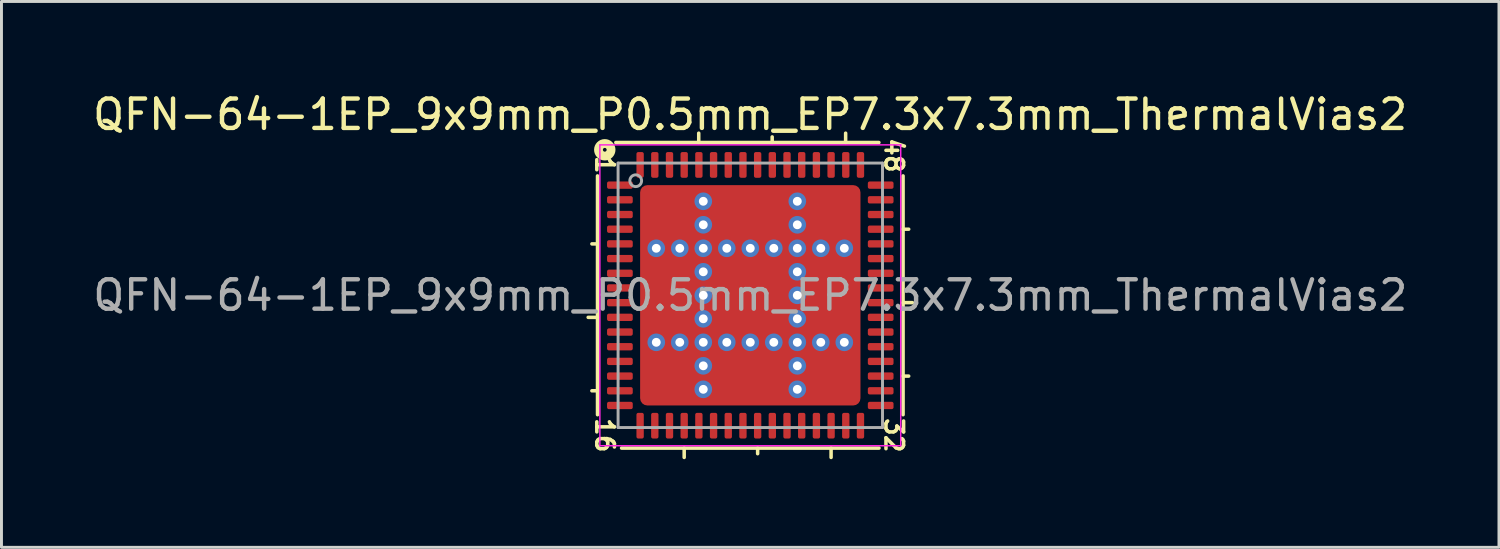
<source format=kicad_pcb>
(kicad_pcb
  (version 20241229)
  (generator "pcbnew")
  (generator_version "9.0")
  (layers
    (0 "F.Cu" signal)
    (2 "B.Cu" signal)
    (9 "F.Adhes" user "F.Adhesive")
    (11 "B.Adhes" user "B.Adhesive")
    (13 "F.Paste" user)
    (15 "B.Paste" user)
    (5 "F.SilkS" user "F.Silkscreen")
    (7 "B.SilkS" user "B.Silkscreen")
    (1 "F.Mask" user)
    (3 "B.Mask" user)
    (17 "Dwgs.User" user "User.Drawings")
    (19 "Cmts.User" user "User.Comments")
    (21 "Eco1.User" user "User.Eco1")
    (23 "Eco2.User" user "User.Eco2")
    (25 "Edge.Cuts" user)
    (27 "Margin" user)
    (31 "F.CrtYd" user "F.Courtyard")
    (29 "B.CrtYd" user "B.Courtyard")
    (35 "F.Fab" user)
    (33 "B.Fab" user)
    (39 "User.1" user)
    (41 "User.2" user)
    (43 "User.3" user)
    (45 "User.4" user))
  (footprint "QFN-64-1EP_9x9mm_P0.5mm_EP7.3x7.3mm_ThermalVias2"
    (layer "F.Cu")
    (at 22.487 7.001)
    (property "Reference" "QFN-64-1EP_9x9mm_P0.5mm_EP7.3x7.3mm_ThermalVias2" (at -0.005 -6.152 0) (layer "F.SilkS") (effects (font (size 1 1) (thickness 0.15))))
    (attr smd)
    (fp_line (start -5.2 -4.064) (end -5.2 4.064) (stroke (width 0.12) (type solid)) (layer "F.SilkS"))
    (fp_line (start -5.2 -1.75) (end -5.391 -1.75) (stroke (width 0.12) (type solid)) (layer "F.SilkS"))
    (fp_line (start -5.2 0.75) (end -5.518 0.75) (stroke (width 0.12) (type solid)) (layer "F.SilkS"))
    (fp_line (start -5.2 3.25) (end -5.391 3.25) (stroke (width 0.12) (type solid)) (layer "F.SilkS"))
    (fp_line (start -4.381 5.2) (end 4.381 5.2) (stroke (width 0.12) (type solid)) (layer "F.SilkS"))
    (fp_line (start -2.25 5.2) (end -2.25 5.518) (stroke (width 0.12) (type solid)) (layer "F.SilkS"))
    (fp_line (start -1.755 -5.2) (end -1.755 -5.518) (stroke (width 0.12) (type solid)) (layer "F.SilkS"))
    (fp_line (start 0.25 5.2) (end 0.25 5.391) (stroke (width 0.12) (type solid)) (layer "F.SilkS"))
    (fp_line (start 0.745 -5.2) (end 0.745 -5.391) (stroke (width 0.12) (type solid)) (layer "F.SilkS"))
    (fp_line (start 2.75 5.2) (end 2.75 5.518) (stroke (width 0.12) (type solid)) (layer "F.SilkS"))
    (fp_line (start 3.245 -5.2) (end 3.245 -5.518) (stroke (width 0.12) (type solid)) (layer "F.SilkS"))
    (fp_line (start 4.377 -5.2) (end -4.577 -5.2) (stroke (width 0.12) (type solid)) (layer "F.SilkS"))
    (fp_line (start 5.2 -2.25) (end 5.391 -2.25) (stroke (width 0.12) (type solid)) (layer "F.SilkS"))
    (fp_line (start 5.2 0.25) (end 5.518 0.25) (stroke (width 0.12) (type solid)) (layer "F.SilkS"))
    (fp_line (start 5.2 2.75) (end 5.391 2.75) (stroke (width 0.12) (type solid)) (layer "F.SilkS"))
    (fp_line (start 5.2 4.064) (end 5.2 -4.064) (stroke (width 0.12) (type solid)) (layer "F.SilkS"))
    (fp_circle (center -4.953 -4.953) (end -4.889 -4.953) (stroke (width 0.3) (type solid)) (fill no) (layer "F.SilkS"))
    (fp_line (start -5.12 -5.12) (end -5.12 5.12) (stroke (width 0.05) (type solid)) (layer "F.CrtYd"))
    (fp_line (start -5.12 5.12) (end 5.12 5.12) (stroke (width 0.05) (type solid)) (layer "F.CrtYd"))
    (fp_line (start 5.12 -5.12) (end -5.12 -5.12) (stroke (width 0.05) (type solid)) (layer "F.CrtYd"))
    (fp_line (start 5.12 5.12) (end 5.12 -5.12) (stroke (width 0.05) (type solid)) (layer "F.CrtYd"))
    (fp_line (start -4.5 -4.5) (end 4.5 -4.5) (stroke (width 0.1) (type solid)) (layer "F.Fab"))
    (fp_line (start -4.5 4.5) (end -4.5 -4.5) (stroke (width 0.1) (type solid)) (layer "F.Fab"))
    (fp_line (start 4.5 -4.5) (end 4.5 4.5) (stroke (width 0.1) (type solid)) (layer "F.Fab"))
    (fp_line (start 4.5 4.5) (end -4.5 4.5) (stroke (width 0.1) (type solid)) (layer "F.Fab"))
    (fp_circle (center -3.9 -3.9) (end -3.7 -3.9) (stroke (width 0.1) (type solid)) (fill no) (layer "F.Fab"))
    (fp_text user "32" (at 4.889 4.763 270) (unlocked yes) (layer "F.SilkS") (effects (font (size 0.6 0.6) (thickness 0.12))))
    (fp_text user "1" (at -4.953 -4.445 270) (unlocked yes) (layer "F.SilkS") (effects (font (size 0.6 0.6) (thickness 0.12))))
    (fp_text user "48" (at 4.889 -4.763 270) (unlocked yes) (layer "F.SilkS") (effects (font (size 0.6 0.6) (thickness 0.12))))
    (fp_text user "16" (at -4.953 4.763 270) (unlocked yes) (layer "F.SilkS") (effects (font (size 0.6 0.6) (thickness 0.12))))
    (fp_text user "${REFERENCE}" (at 0 0 0) (layer "F.Fab") (effects (font (size 1 1) (thickness 0.15))))
    (pad "" smd roundrect (at -3.188 -3.188) (size 0.625 0.625) (layers "F.Paste") (roundrect_rratio 0.25))
    (pad "" smd roundrect (at -3.188 -2.362) (size 0.625 0.625) (layers "F.Paste") (roundrect_rratio 0.25))
    (pad "" smd roundrect (at -3.188 -0.838) (size 0.625 0.625) (layers "F.Paste") (roundrect_rratio 0.25))
    (pad "" smd roundrect (at -3.188 0) (size 0.625 0.65) (layers "F.Paste") (roundrect_rratio 0.25))
    (pad "" smd roundrect (at -3.188 0.838) (size 0.625 0.625) (layers "F.Paste") (roundrect_rratio 0.25))
    (pad "" smd roundrect (at -3.188 2.362) (size 0.625 0.625) (layers "F.Paste") (roundrect_rratio 0.25))
    (pad "" smd roundrect (at -3.188 3.188) (size 0.625 0.625) (layers "F.Paste") (roundrect_rratio 0.25))
    (pad "" smd roundrect (at -2.775 -2.775 270) (size 1.75 1.75) (layers "F.Mask") (roundrect_rratio 0.143))
    (pad "" smd roundrect (at -2.775 0 270) (size 2.6 1.75) (layers "F.Mask") (roundrect_rratio 0.143))
    (pad "" smd roundrect (at -2.775 2.775 270) (size 1.75 1.75) (layers "F.Mask") (roundrect_rratio 0.143))
    (pad "" smd roundrect (at -2.362 -3.188) (size 0.625 0.625) (layers "F.Paste") (roundrect_rratio 0.25))
    (pad "" smd roundrect (at -2.362 -2.362) (size 0.625 0.625) (layers "F.Paste") (roundrect_rratio 0.25))
    (pad "" smd roundrect (at -2.362 -0.838) (size 0.625 0.625) (layers "F.Paste") (roundrect_rratio 0.25))
    (pad "" smd roundrect (at -2.362 0) (size 0.625 0.65) (layers "F.Paste") (roundrect_rratio 0.25))
    (pad "" smd roundrect (at -2.362 0.838) (size 0.625 0.625) (layers "F.Paste") (roundrect_rratio 0.25))
    (pad "" smd roundrect (at -2.362 2.362) (size 0.625 0.625) (layers "F.Paste") (roundrect_rratio 0.25))
    (pad "" smd roundrect (at -2.362 3.188) (size 0.625 0.625) (layers "F.Paste") (roundrect_rratio 0.25))
    (pad "" smd roundrect (at -0.838 -3.188 90) (size 0.625 0.625) (layers "F.Paste") (roundrect_rratio 0.25))
    (pad "" smd roundrect (at -0.838 -2.362 90) (size 0.625 0.625) (layers "F.Paste") (roundrect_rratio 0.25))
    (pad "" smd roundrect (at -0.838 -0.838 90) (size 0.625 0.625) (layers "F.Paste") (roundrect_rratio 0.25))
    (pad "" smd roundrect (at -0.838 0 90) (size 0.65 0.625) (layers "F.Paste") (roundrect_rratio 0.25))
    (pad "" smd roundrect (at -0.838 0.838 90) (size 0.625 0.625) (layers "F.Paste") (roundrect_rratio 0.25))
    (pad "" smd roundrect (at -0.838 2.362 90) (size 0.625 0.625) (layers "F.Paste") (roundrect_rratio 0.25))
    (pad "" smd roundrect (at -0.838 3.188 90) (size 0.625 0.625) (layers "F.Paste") (roundrect_rratio 0.25))
    (pad "" smd roundrect (at 0 -3.188 90) (size 0.625 0.65) (layers "F.Paste") (roundrect_rratio 0.25))
    (pad "" smd roundrect (at 0 -2.775) (size 2.6 1.75) (layers "F.Mask") (roundrect_rratio 0.143))
    (pad "" smd roundrect (at 0 -2.362 90) (size 0.625 0.65) (layers "F.Paste") (roundrect_rratio 0.25))
    (pad "" smd roundrect (at 0 -0.838 90) (size 0.625 0.65) (layers "F.Paste") (roundrect_rratio 0.25))
    (pad "" smd roundrect (at 0 0 90) (size 0.65 0.65) (layers "F.Paste") (roundrect_rratio 0.25))
    (pad "" smd roundrect (at 0 0 270) (size 2.6 2.6) (layers "F.Mask") (roundrect_rratio 0.096))
    (pad "" smd roundrect (at 0 0.838 90) (size 0.625 0.65) (layers "F.Paste") (roundrect_rratio 0.25))
    (pad "" smd roundrect (at 0 2.362 90) (size 0.625 0.65) (layers "F.Paste") (roundrect_rratio 0.25))
    (pad "" smd roundrect (at 0 2.775) (size 2.6 1.75) (layers "F.Mask") (roundrect_rratio 0.143))
    (pad "" smd roundrect (at 0 3.188 90) (size 0.625 0.65) (layers "F.Paste") (roundrect_rratio 0.25))
    (pad "" smd roundrect (at 0.838 -3.188 90) (size 0.625 0.625) (layers "F.Paste") (roundrect_rratio 0.25))
    (pad "" smd roundrect (at 0.838 -2.362 90) (size 0.625 0.625) (layers "F.Paste") (roundrect_rratio 0.25))
    (pad "" smd roundrect (at 0.838 -0.838 90) (size 0.625 0.625) (layers "F.Paste") (roundrect_rratio 0.25))
    (pad "" smd roundrect (at 0.838 0 90) (size 0.65 0.625) (layers "F.Paste") (roundrect_rratio 0.25))
    (pad "" smd roundrect (at 0.838 0.838 90) (size 0.625 0.625) (layers "F.Paste") (roundrect_rratio 0.25))
    (pad "" smd roundrect (at 0.838 2.362 90) (size 0.625 0.625) (layers "F.Paste") (roundrect_rratio 0.25))
    (pad "" smd roundrect (at 0.838 3.188 90) (size 0.625 0.625) (layers "F.Paste") (roundrect_rratio 0.25))
    (pad "" smd roundrect (at 2.362 -3.188) (size 0.625 0.625) (layers "F.Paste") (roundrect_rratio 0.25))
    (pad "" smd roundrect (at 2.362 -2.362) (size 0.625 0.625) (layers "F.Paste") (roundrect_rratio 0.25))
    (pad "" smd roundrect (at 2.362 -0.838) (size 0.625 0.625) (layers "F.Paste") (roundrect_rratio 0.25))
    (pad "" smd roundrect (at 2.362 0) (size 0.625 0.65) (layers "F.Paste") (roundrect_rratio 0.25))
    (pad "" smd roundrect (at 2.362 0.838) (size 0.625 0.625) (layers "F.Paste") (roundrect_rratio 0.25))
    (pad "" smd roundrect (at 2.362 2.362) (size 0.625 0.625) (layers "F.Paste") (roundrect_rratio 0.25))
    (pad "" smd roundrect (at 2.362 3.188) (size 0.625 0.625) (layers "F.Paste") (roundrect_rratio 0.25))
    (pad "" smd roundrect (at 2.775 -2.775 270) (size 1.75 1.75) (layers "F.Mask") (roundrect_rratio 0.143))
    (pad "" smd roundrect (at 2.775 0 270) (size 2.6 1.75) (layers "F.Mask") (roundrect_rratio 0.143))
    (pad "" smd roundrect (at 2.775 2.775 270) (size 1.75 1.75) (layers "F.Mask") (roundrect_rratio 0.143))
    (pad "" smd roundrect (at 3.188 -3.188) (size 0.625 0.625) (layers "F.Paste") (roundrect_rratio 0.25))
    (pad "" smd roundrect (at 3.188 -2.362) (size 0.625 0.625) (layers "F.Paste") (roundrect_rratio 0.25))
    (pad "" smd roundrect (at 3.188 -0.838) (size 0.625 0.625) (layers "F.Paste") (roundrect_rratio 0.25))
    (pad "" smd roundrect (at 3.188 0) (size 0.625 0.65) (layers "F.Paste") (roundrect_rratio 0.25))
    (pad "" smd roundrect (at 3.188 0.838) (size 0.625 0.625) (layers "F.Paste") (roundrect_rratio 0.25))
    (pad "" smd roundrect (at 3.188 2.362) (size 0.625 0.625) (layers "F.Paste") (roundrect_rratio 0.25))
    (pad "" smd roundrect (at 3.188 3.188) (size 0.625 0.625) (layers "F.Paste") (roundrect_rratio 0.25))
    (pad "1" smd roundrect (at -4.438 -3.75) (size 0.875 0.25) (layers "F.Cu" "F.Mask" "F.Paste") (roundrect_rratio 0.25))
    (pad "2" smd roundrect (at -4.438 -3.25) (size 0.875 0.25) (layers "F.Cu" "F.Mask" "F.Paste") (roundrect_rratio 0.25))
    (pad "3" smd roundrect (at -4.438 -2.75) (size 0.875 0.25) (layers "F.Cu" "F.Mask" "F.Paste") (roundrect_rratio 0.25))
    (pad "4" smd roundrect (at -4.438 -2.25) (size 0.875 0.25) (layers "F.Cu" "F.Mask" "F.Paste") (roundrect_rratio 0.25))
    (pad "5" smd roundrect (at -4.438 -1.75) (size 0.875 0.25) (layers "F.Cu" "F.Mask" "F.Paste") (roundrect_rratio 0.25))
    (pad "6" smd roundrect (at -4.438 -1.25) (size 0.875 0.25) (layers "F.Cu" "F.Mask" "F.Paste") (roundrect_rratio 0.25))
    (pad "7" smd roundrect (at -4.438 -0.75) (size 0.875 0.25) (layers "F.Cu" "F.Mask" "F.Paste") (roundrect_rratio 0.25))
    (pad "8" smd roundrect (at -4.438 -0.25) (size 0.875 0.25) (layers "F.Cu" "F.Mask" "F.Paste") (roundrect_rratio 0.25))
    (pad "9" smd roundrect (at -4.438 0.25) (size 0.875 0.25) (layers "F.Cu" "F.Mask" "F.Paste") (roundrect_rratio 0.25))
    (pad "10" smd roundrect (at -4.438 0.75) (size 0.875 0.25) (layers "F.Cu" "F.Mask" "F.Paste") (roundrect_rratio 0.25))
    (pad "11" smd roundrect (at -4.438 1.25) (size 0.875 0.25) (layers "F.Cu" "F.Mask" "F.Paste") (roundrect_rratio 0.25))
    (pad "12" smd roundrect (at -4.438 1.75) (size 0.875 0.25) (layers "F.Cu" "F.Mask" "F.Paste") (roundrect_rratio 0.25))
    (pad "13" smd roundrect (at -4.438 2.25) (size 0.875 0.25) (layers "F.Cu" "F.Mask" "F.Paste") (roundrect_rratio 0.25))
    (pad "14" smd roundrect (at -4.438 2.75) (size 0.875 0.25) (layers "F.Cu" "F.Mask" "F.Paste") (roundrect_rratio 0.25))
    (pad "15" smd roundrect (at -4.438 3.25) (size 0.875 0.25) (layers "F.Cu" "F.Mask" "F.Paste") (roundrect_rratio 0.25))
    (pad "16" smd roundrect (at -4.438 3.75) (size 0.875 0.25) (layers "F.Cu" "F.Mask" "F.Paste") (roundrect_rratio 0.25))
    (pad "17" smd roundrect (at -3.75 4.438) (size 0.25 0.875) (layers "F.Cu" "F.Mask" "F.Paste") (roundrect_rratio 0.25))
    (pad "18" smd roundrect (at -3.25 4.438) (size 0.25 0.875) (layers "F.Cu" "F.Mask" "F.Paste") (roundrect_rratio 0.25))
    (pad "19" smd roundrect (at -2.75 4.438) (size 0.25 0.875) (layers "F.Cu" "F.Mask" "F.Paste") (roundrect_rratio 0.25))
    (pad "20" smd roundrect (at -2.25 4.438) (size 0.25 0.875) (layers "F.Cu" "F.Mask" "F.Paste") (roundrect_rratio 0.25))
    (pad "21" smd roundrect (at -1.75 4.438) (size 0.25 0.875) (layers "F.Cu" "F.Mask" "F.Paste") (roundrect_rratio 0.25))
    (pad "22" smd roundrect (at -1.25 4.438) (size 0.25 0.875) (layers "F.Cu" "F.Mask" "F.Paste") (roundrect_rratio 0.25))
    (pad "23" smd roundrect (at -0.75 4.438) (size 0.25 0.875) (layers "F.Cu" "F.Mask" "F.Paste") (roundrect_rratio 0.25))
    (pad "24" smd roundrect (at -0.25 4.438) (size 0.25 0.875) (layers "F.Cu" "F.Mask" "F.Paste") (roundrect_rratio 0.25))
    (pad "25" smd roundrect (at 0.25 4.438) (size 0.25 0.875) (layers "F.Cu" "F.Mask" "F.Paste") (roundrect_rratio 0.25))
    (pad "26" smd roundrect (at 0.75 4.438) (size 0.25 0.875) (layers "F.Cu" "F.Mask" "F.Paste") (roundrect_rratio 0.25))
    (pad "27" smd roundrect (at 1.25 4.438) (size 0.25 0.875) (layers "F.Cu" "F.Mask" "F.Paste") (roundrect_rratio 0.25))
    (pad "28" smd roundrect (at 1.75 4.438) (size 0.25 0.875) (layers "F.Cu" "F.Mask" "F.Paste") (roundrect_rratio 0.25))
    (pad "29" smd roundrect (at 2.25 4.438) (size 0.25 0.875) (layers "F.Cu" "F.Mask" "F.Paste") (roundrect_rratio 0.25))
    (pad "30" smd roundrect (at 2.75 4.438) (size 0.25 0.875) (layers "F.Cu" "F.Mask" "F.Paste") (roundrect_rratio 0.25))
    (pad "31" smd roundrect (at 3.25 4.438) (size 0.25 0.875) (layers "F.Cu" "F.Mask" "F.Paste") (roundrect_rratio 0.25))
    (pad "32" smd roundrect (at 3.75 4.438) (size 0.25 0.875) (layers "F.Cu" "F.Mask" "F.Paste") (roundrect_rratio 0.25))
    (pad "33" smd roundrect (at 4.438 3.75) (size 0.875 0.25) (layers "F.Cu" "F.Mask" "F.Paste") (roundrect_rratio 0.25))
    (pad "34" smd roundrect (at 4.438 3.25) (size 0.875 0.25) (layers "F.Cu" "F.Mask" "F.Paste") (roundrect_rratio 0.25))
    (pad "35" smd roundrect (at 4.438 2.75) (size 0.875 0.25) (layers "F.Cu" "F.Mask" "F.Paste") (roundrect_rratio 0.25))
    (pad "36" smd roundrect (at 4.438 2.25) (size 0.875 0.25) (layers "F.Cu" "F.Mask" "F.Paste") (roundrect_rratio 0.25))
    (pad "37" smd roundrect (at 4.438 1.75) (size 0.875 0.25) (layers "F.Cu" "F.Mask" "F.Paste") (roundrect_rratio 0.25))
    (pad "38" smd roundrect (at 4.438 1.25) (size 0.875 0.25) (layers "F.Cu" "F.Mask" "F.Paste") (roundrect_rratio 0.25))
    (pad "39" smd roundrect (at 4.438 0.75) (size 0.875 0.25) (layers "F.Cu" "F.Mask" "F.Paste") (roundrect_rratio 0.25))
    (pad "40" smd roundrect (at 4.438 0.25) (size 0.875 0.25) (layers "F.Cu" "F.Mask" "F.Paste") (roundrect_rratio 0.25))
    (pad "41" smd roundrect (at 4.438 -0.25) (size 0.875 0.25) (layers "F.Cu" "F.Mask" "F.Paste") (roundrect_rratio 0.25))
    (pad "42" smd roundrect (at 4.438 -0.75) (size 0.875 0.25) (layers "F.Cu" "F.Mask" "F.Paste") (roundrect_rratio 0.25))
    (pad "43" smd roundrect (at 4.438 -1.25) (size 0.875 0.25) (layers "F.Cu" "F.Mask" "F.Paste") (roundrect_rratio 0.25))
    (pad "44" smd roundrect (at 4.438 -1.75) (size 0.875 0.25) (layers "F.Cu" "F.Mask" "F.Paste") (roundrect_rratio 0.25))
    (pad "45" smd roundrect (at 4.438 -2.25) (size 0.875 0.25) (layers "F.Cu" "F.Mask" "F.Paste") (roundrect_rratio 0.25))
    (pad "46" smd roundrect (at 4.438 -2.75) (size 0.875 0.25) (layers "F.Cu" "F.Mask" "F.Paste") (roundrect_rratio 0.25))
    (pad "47" smd roundrect (at 4.438 -3.25) (size 0.875 0.25) (layers "F.Cu" "F.Mask" "F.Paste") (roundrect_rratio 0.25))
    (pad "48" smd roundrect (at 4.438 -3.75) (size 0.875 0.25) (layers "F.Cu" "F.Mask" "F.Paste") (roundrect_rratio 0.25))
    (pad "49" smd roundrect (at 3.75 -4.438) (size 0.25 0.875) (layers "F.Cu" "F.Mask" "F.Paste") (roundrect_rratio 0.25))
    (pad "50" smd roundrect (at 3.25 -4.438) (size 0.25 0.875) (layers "F.Cu" "F.Mask" "F.Paste") (roundrect_rratio 0.25))
    (pad "51" smd roundrect (at 2.75 -4.438) (size 0.25 0.875) (layers "F.Cu" "F.Mask" "F.Paste") (roundrect_rratio 0.25))
    (pad "52" smd roundrect (at 2.25 -4.438) (size 0.25 0.875) (layers "F.Cu" "F.Mask" "F.Paste") (roundrect_rratio 0.25))
    (pad "53" smd roundrect (at 1.75 -4.438) (size 0.25 0.875) (layers "F.Cu" "F.Mask" "F.Paste") (roundrect_rratio 0.25))
    (pad "54" smd roundrect (at 1.25 -4.438) (size 0.25 0.875) (layers "F.Cu" "F.Mask" "F.Paste") (roundrect_rratio 0.25))
    (pad "55" smd roundrect (at 0.75 -4.438) (size 0.25 0.875) (layers "F.Cu" "F.Mask" "F.Paste") (roundrect_rratio 0.25))
    (pad "56" smd roundrect (at 0.25 -4.438) (size 0.25 0.875) (layers "F.Cu" "F.Mask" "F.Paste") (roundrect_rratio 0.25))
    (pad "57" smd roundrect (at -0.25 -4.438) (size 0.25 0.875) (layers "F.Cu" "F.Mask" "F.Paste") (roundrect_rratio 0.25))
    (pad "58" smd roundrect (at -0.75 -4.438) (size 0.25 0.875) (layers "F.Cu" "F.Mask" "F.Paste") (roundrect_rratio 0.25))
    (pad "59" smd roundrect (at -1.25 -4.438) (size 0.25 0.875) (layers "F.Cu" "F.Mask" "F.Paste") (roundrect_rratio 0.25))
    (pad "60" smd roundrect (at -1.75 -4.438) (size 0.25 0.875) (layers "F.Cu" "F.Mask" "F.Paste") (roundrect_rratio 0.25))
    (pad "61" smd roundrect (at -2.25 -4.438) (size 0.25 0.875) (layers "F.Cu" "F.Mask" "F.Paste") (roundrect_rratio 0.25))
    (pad "62" smd roundrect (at -2.75 -4.438) (size 0.25 0.875) (layers "F.Cu" "F.Mask" "F.Paste") (roundrect_rratio 0.25))
    (pad "63" smd roundrect (at -3.25 -4.438) (size 0.25 0.875) (layers "F.Cu" "F.Mask" "F.Paste") (roundrect_rratio 0.25))
    (pad "64" smd roundrect (at -3.75 -4.438) (size 0.25 0.875) (layers "F.Cu" "F.Mask" "F.Paste") (roundrect_rratio 0.25))
    (pad "65" thru_hole circle (at -3.2 -1.6 180) (size 0.6 0.6) (drill 0.3) (property pad_prop_heatsink) (layers "*.Cu" "*.Mask"))
    (pad "65" thru_hole circle (at -3.2 1.6 180) (size 0.6 0.6) (drill 0.3) (property pad_prop_heatsink) (layers "*.Cu" "*.Mask"))
    (pad "65" thru_hole circle (at -2.4 -1.6 180) (size 0.6 0.6) (drill 0.3) (property pad_prop_heatsink) (layers "*.Cu" "*.Mask"))
    (pad "65" thru_hole circle (at -2.4 1.6 180) (size 0.6 0.6) (drill 0.3) (property pad_prop_heatsink) (layers "*.Cu" "*.Mask"))
    (pad "65" thru_hole circle (at -1.6 -3.2 180) (size 0.6 0.6) (drill 0.3) (property pad_prop_heatsink) (layers "*.Cu" "*.Mask"))
    (pad "65" thru_hole circle (at -1.6 -2.4 180) (size 0.6 0.6) (drill 0.3) (property pad_prop_heatsink) (layers "*.Cu" "*.Mask"))
    (pad "65" thru_hole circle (at -1.6 -1.6 180) (size 0.6 0.6) (drill 0.3) (property pad_prop_heatsink) (layers "*.Cu" "*.Mask"))
    (pad "65" thru_hole circle (at -1.6 -0.8 180) (size 0.6 0.6) (drill 0.3) (property pad_prop_heatsink) (layers "*.Cu" "*.Mask"))
    (pad "65" thru_hole circle (at -1.6 0 180) (size 0.6 0.6) (drill 0.3) (property pad_prop_heatsink) (layers "*.Cu" "*.Mask"))
    (pad "65" thru_hole circle (at -1.6 0.8 180) (size 0.6 0.6) (drill 0.3) (property pad_prop_heatsink) (layers "*.Cu" "*.Mask"))
    (pad "65" thru_hole circle (at -1.6 1.6 180) (size 0.6 0.6) (drill 0.3) (property pad_prop_heatsink) (layers "*.Cu" "*.Mask"))
    (pad "65" thru_hole circle (at -1.6 2.4 180) (size 0.6 0.6) (drill 0.3) (property pad_prop_heatsink) (layers "*.Cu" "*.Mask"))
    (pad "65" thru_hole circle (at -1.6 3.2 180) (size 0.6 0.6) (drill 0.3) (property pad_prop_heatsink) (layers "*.Cu" "*.Mask"))
    (pad "65" thru_hole circle (at -0.8 -1.6 180) (size 0.6 0.6) (drill 0.3) (property pad_prop_heatsink) (layers "*.Cu" "*.Mask"))
    (pad "65" thru_hole circle (at -0.8 1.6 180) (size 0.6 0.6) (drill 0.3) (property pad_prop_heatsink) (layers "*.Cu" "*.Mask"))
    (pad "65" thru_hole circle (at 0 -1.6 180) (size 0.6 0.6) (drill 0.3) (property pad_prop_heatsink) (layers "*.Cu" "*.Mask"))
    (pad "65" smd roundrect (at 0 0) (size 7.5 7.5) (layers "F.Cu") (roundrect_rratio 0.033))
    (pad "65" thru_hole circle (at 0 1.6 180) (size 0.6 0.6) (drill 0.3) (property pad_prop_heatsink) (layers "*.Cu" "*.Mask"))
    (pad "65" thru_hole circle (at 0.8 -1.6 180) (size 0.6 0.6) (drill 0.3) (property pad_prop_heatsink) (layers "*.Cu" "*.Mask"))
    (pad "65" thru_hole circle (at 0.8 1.6 180) (size 0.6 0.6) (drill 0.3) (property pad_prop_heatsink) (layers "*.Cu" "*.Mask"))
    (pad "65" thru_hole circle (at 1.6 -3.2 180) (size 0.6 0.6) (drill 0.3) (property pad_prop_heatsink) (layers "*.Cu" "*.Mask"))
    (pad "65" thru_hole circle (at 1.6 -2.4 180) (size 0.6 0.6) (drill 0.3) (property pad_prop_heatsink) (layers "*.Cu" "*.Mask"))
    (pad "65" thru_hole circle (at 1.6 -1.6 180) (size 0.6 0.6) (drill 0.3) (property pad_prop_heatsink) (layers "*.Cu" "*.Mask"))
    (pad "65" thru_hole circle (at 1.6 -0.8 180) (size 0.6 0.6) (drill 0.3) (property pad_prop_heatsink) (layers "*.Cu" "*.Mask"))
    (pad "65" thru_hole circle (at 1.6 0 180) (size 0.6 0.6) (drill 0.3) (property pad_prop_heatsink) (layers "*.Cu" "*.Mask"))
    (pad "65" thru_hole circle (at 1.6 0.8 180) (size 0.6 0.6) (drill 0.3) (property pad_prop_heatsink) (layers "*.Cu" "*.Mask"))
    (pad "65" thru_hole circle (at 1.6 1.6 180) (size 0.6 0.6) (drill 0.3) (property pad_prop_heatsink) (layers "*.Cu" "*.Mask"))
    (pad "65" thru_hole circle (at 1.6 2.4 180) (size 0.6 0.6) (drill 0.3) (property pad_prop_heatsink) (layers "*.Cu" "*.Mask"))
    (pad "65" thru_hole circle (at 1.6 3.2 180) (size 0.6 0.6) (drill 0.3) (property pad_prop_heatsink) (layers "*.Cu" "*.Mask"))
    (pad "65" thru_hole circle (at 2.4 -1.6 180) (size 0.6 0.6) (drill 0.3) (property pad_prop_heatsink) (layers "*.Cu" "*.Mask"))
    (pad "65" thru_hole circle (at 2.4 1.6 180) (size 0.6 0.6) (drill 0.3) (property pad_prop_heatsink) (layers "*.Cu" "*.Mask"))
    (pad "65" thru_hole circle (at 3.2 -1.6 180) (size 0.6 0.6) (drill 0.3) (property pad_prop_heatsink) (layers "*.Cu" "*.Mask"))
    (pad "65" thru_hole circle (at 3.2 1.6 180) (size 0.6 0.6) (drill 0.3) (property pad_prop_heatsink) (layers "*.Cu" "*.Mask")))
  (gr_rect
    (start -3 -3)
    (end 47.969 15.578)
    (stroke (width 0.1) (type default))
    (fill no)
    (layer "Edge.Cuts")))
</source>
